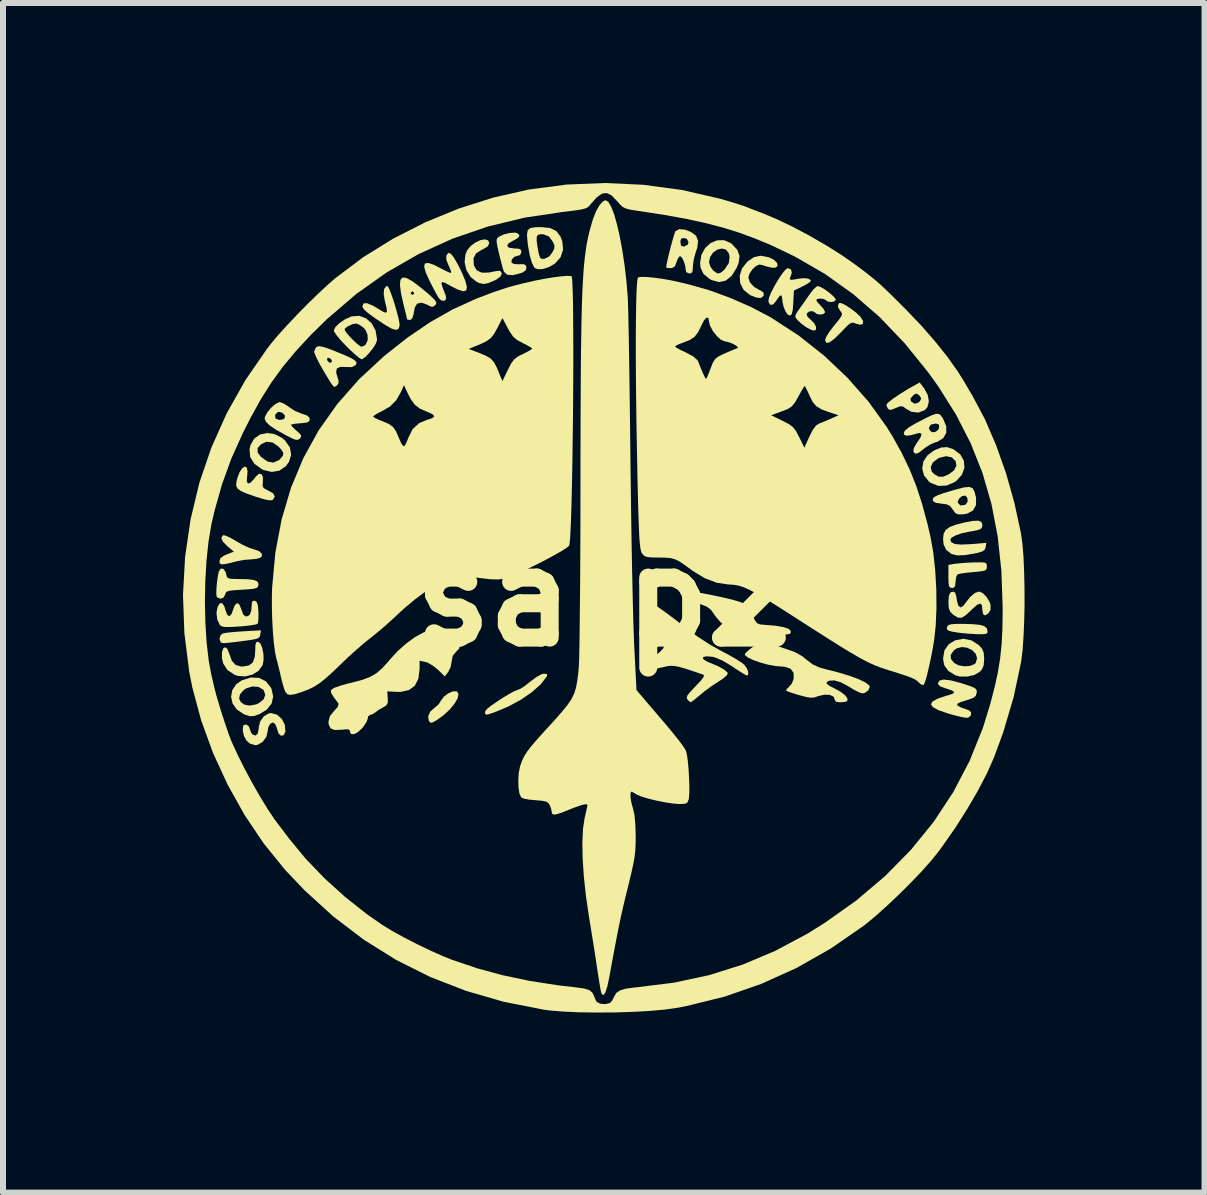
<source format=kicad_pcb>
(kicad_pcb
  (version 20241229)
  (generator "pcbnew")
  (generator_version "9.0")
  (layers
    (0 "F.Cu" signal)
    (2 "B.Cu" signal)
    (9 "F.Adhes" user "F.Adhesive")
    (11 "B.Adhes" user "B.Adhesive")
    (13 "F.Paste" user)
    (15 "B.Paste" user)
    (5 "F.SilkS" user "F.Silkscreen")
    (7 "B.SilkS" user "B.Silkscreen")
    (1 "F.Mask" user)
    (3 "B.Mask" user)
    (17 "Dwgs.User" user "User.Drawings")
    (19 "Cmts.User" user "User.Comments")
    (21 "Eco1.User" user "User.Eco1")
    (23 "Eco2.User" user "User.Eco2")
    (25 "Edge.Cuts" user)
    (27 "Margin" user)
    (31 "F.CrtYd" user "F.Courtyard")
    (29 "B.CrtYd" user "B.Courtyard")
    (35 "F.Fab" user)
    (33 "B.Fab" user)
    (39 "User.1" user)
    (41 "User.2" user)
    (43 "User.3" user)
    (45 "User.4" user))
  (footprint "sarp2"
    (layer "F.Cu")
    (at 7.04 6.898)
    (property "Reference" "sarp2" (at 0 0 0) (layer "F.SilkS") (effects (font (size 1.5 1.5) (thickness 0.3))))
    (attr board_only exclude_from_pos_files exclude_from_bom)
    (fp_poly (pts (xy -5.752 0.628) (xy -5.761 0.663) (xy -5.785 0.687) (xy -5.835 0.704) (xy -5.923 0.72) (xy -6.03 0.734) (xy -6.181 0.754) (xy -6.283 0.765) (xy -6.347 0.77) (xy -6.384 0.769) (xy -6.404 0.761) (xy -6.412 0.754) (xy -6.432 0.699) (xy -6.414 0.639) (xy -6.38 0.611) (xy -6.329 0.6) (xy -6.234 0.589) (xy -6.111 0.579) (xy -6.035 0.574) (xy -5.742 0.557)) (stroke (width 0) (type solid)) (fill yes) (layer "F.SilkS"))
    (fp_poly (pts (xy 6.127 0.455) (xy 6.242 0.467) (xy 6.315 0.488) (xy 6.354 0.521) (xy 6.367 0.56) (xy 6.368 0.596) (xy 6.348 0.616) (xy 6.294 0.622) (xy 6.203 0.622) (xy 6.071 0.615) (xy 5.931 0.602) (xy 5.872 0.595) (xy 5.766 0.577) (xy 5.709 0.558) (xy 5.689 0.533) (xy 5.697 0.493) (xy 5.698 0.493) (xy 5.719 0.469) (xy 5.768 0.456) (xy 5.855 0.45) (xy 5.962 0.45)) (stroke (width 0) (type solid)) (fill yes) (layer "F.SilkS"))
    (fp_poly (pts (xy -2.472 1.578) (xy -2.448 1.623) (xy -2.464 1.694) (xy -2.516 1.782) (xy -2.595 1.878) (xy -2.696 1.971) (xy -2.811 2.054) (xy -2.826 2.063) (xy -2.887 2.096) (xy -2.919 2.097) (xy -2.942 2.066) (xy -2.943 2.065) (xy -2.954 1.99) (xy -2.919 1.912) (xy -2.848 1.848) (xy -2.842 1.845) (xy -2.779 1.79) (xy -2.74 1.728) (xy -2.693 1.664) (xy -2.621 1.609) (xy -2.543 1.575) (xy -2.48 1.574)) (stroke (width 0) (type solid)) (fill yes) (layer "F.SilkS"))
    (fp_poly (pts (xy -0.974 1.287) (xy -0.972 1.315) (xy -0.981 1.333) (xy -1.08 1.459) (xy -1.226 1.589) (xy -1.407 1.713) (xy -1.613 1.825) (xy -1.831 1.917) (xy -1.873 1.932) (xy -1.947 1.956) (xy -1.982 1.963) (xy -1.998 1.954) (xy -2.008 1.94) (xy -2.001 1.902) (xy -1.972 1.867) (xy -1.905 1.814) (xy -1.812 1.749) (xy -1.708 1.681) (xy -1.606 1.62) (xy -1.521 1.573) (xy -1.466 1.55) (xy -1.459 1.548) (xy -1.413 1.53) (xy -1.339 1.482) (xy -1.254 1.414) (xy -1.153 1.338) (xy -1.068 1.291) (xy -1.024 1.28)) (stroke (width 0) (type solid)) (fill yes) (layer "F.SilkS"))
    (fp_poly (pts (xy -6.333 -1.022) (xy -6.261 -0.99) (xy -6.168 -0.938) (xy -6.156 -0.93) (xy -6.046 -0.868) (xy -5.938 -0.818) (xy -5.857 -0.792) (xy -5.773 -0.763) (xy -5.727 -0.721) (xy -5.726 -0.677) (xy -5.75 -0.653) (xy -5.806 -0.635) (xy -5.89 -0.626) (xy -5.911 -0.625) (xy -6.023 -0.616) (xy -6.139 -0.595) (xy -6.149 -0.592) (xy -6.279 -0.559) (xy -6.361 -0.543) (xy -6.407 -0.543) (xy -6.428 -0.561) (xy -6.432 -0.595) (xy -6.415 -0.646) (xy -6.355 -0.689) (xy -6.312 -0.707) (xy -6.192 -0.754) (xy -6.297 -0.841) (xy -6.376 -0.921) (xy -6.401 -0.984) (xy -6.372 -1.028)) (stroke (width 0) (type solid)) (fill yes) (layer "F.SilkS"))
    (fp_poly (pts (xy 6.314 -0.573) (xy 6.346 -0.56) (xy 6.357 -0.534) (xy 6.357 -0.506) (xy 6.354 -0.468) (xy 6.335 -0.445) (xy 6.289 -0.43) (xy 6.204 -0.42) (xy 6.13 -0.413) (xy 6.017 -0.402) (xy 5.925 -0.389) (xy 5.873 -0.376) (xy 5.869 -0.374) (xy 5.847 -0.333) (xy 5.836 -0.26) (xy 5.836 -0.251) (xy 5.829 -0.18) (xy 5.803 -0.152) (xy 5.777 -0.149) (xy 5.744 -0.155) (xy 5.726 -0.182) (xy 5.719 -0.243) (xy 5.717 -0.341) (xy 5.717 -0.533) (xy 5.814 -0.55) (xy 5.893 -0.559) (xy 6.006 -0.568) (xy 6.131 -0.574) (xy 6.134 -0.574) (xy 6.248 -0.576)) (stroke (width 0) (type solid)) (fill yes) (layer "F.SilkS"))
    (fp_poly (pts (xy -5.784 0.75) (xy -5.746 0.784) (xy -5.717 0.859) (xy -5.699 0.956) (xy -5.697 1.055) (xy -5.713 1.137) (xy -5.778 1.23) (xy -5.881 1.295) (xy -6.004 1.326) (xy -6.13 1.316) (xy -6.179 1.299) (xy -6.3 1.219) (xy -6.371 1.108) (xy -6.391 1.022) (xy -6.391 0.923) (xy -6.371 0.86) (xy -6.338 0.839) (xy -6.302 0.865) (xy -6.27 0.944) (xy -6.269 0.945) (xy -6.226 1.065) (xy -6.163 1.134) (xy -6.073 1.161) (xy -6.049 1.161) (xy -5.944 1.145) (xy -5.877 1.093) (xy -5.843 0.998) (xy -5.836 0.896) (xy -5.833 0.805) (xy -5.822 0.76) (xy -5.797 0.748)) (stroke (width 0) (type solid)) (fill yes) (layer "F.SilkS"))
    (fp_poly (pts (xy -3.613 -5.155) (xy -3.583 -5.084) (xy -3.546 -4.983) (xy -3.509 -4.866) (xy -3.475 -4.747) (xy -3.447 -4.639) (xy -3.432 -4.556) (xy -3.43 -4.519) (xy -3.449 -4.466) (xy -3.49 -4.45) (xy -3.561 -4.47) (xy -3.666 -4.529) (xy -3.731 -4.572) (xy -3.868 -4.665) (xy -3.96 -4.734) (xy -4.017 -4.784) (xy -4.044 -4.821) (xy -4.05 -4.846) (xy -4.03 -4.892) (xy -3.97 -4.894) (xy -3.873 -4.853) (xy -3.8 -4.81) (xy -3.71 -4.755) (xy -3.658 -4.735) (xy -3.64 -4.758) (xy -3.65 -4.827) (xy -3.675 -4.928) (xy -3.695 -5.044) (xy -3.688 -5.13) (xy -3.655 -5.176) (xy -3.634 -5.181)) (stroke (width 0) (type solid)) (fill yes) (layer "F.SilkS"))
    (fp_poly (pts (xy 3.941 -4.893) (xy 4.01 -4.857) (xy 4.095 -4.801) (xy 4.181 -4.735) (xy 4.249 -4.67) (xy 4.295 -4.6) (xy 4.292 -4.551) (xy 4.247 -4.534) (xy 4.179 -4.553) (xy 4.136 -4.569) (xy 4.1 -4.568) (xy 4.058 -4.542) (xy 3.998 -4.485) (xy 3.926 -4.409) (xy 3.816 -4.301) (xy 3.735 -4.242) (xy 3.684 -4.233) (xy 3.663 -4.274) (xy 3.663 -4.285) (xy 3.681 -4.334) (xy 3.729 -4.412) (xy 3.798 -4.504) (xy 3.815 -4.525) (xy 3.89 -4.617) (xy 3.931 -4.676) (xy 3.944 -4.714) (xy 3.933 -4.743) (xy 3.919 -4.76) (xy 3.876 -4.831) (xy 3.884 -4.884) (xy 3.901 -4.898)) (stroke (width 0) (type solid)) (fill yes) (layer "F.SilkS"))
    (fp_poly (pts (xy -5.976 -2.154) (xy -5.964 -2.09) (xy -5.97 -2.025) (xy -5.977 -1.93) (xy -5.959 -1.889) (xy -5.917 -1.901) (xy -5.855 -1.966) (xy -5.825 -2.007) (xy -5.774 -2.052) (xy -5.731 -2.045) (xy -5.707 -1.994) (xy -5.708 -1.922) (xy -5.714 -1.852) (xy -5.695 -1.812) (xy -5.635 -1.779) (xy -5.617 -1.771) (xy -5.535 -1.723) (xy -5.51 -1.671) (xy -5.543 -1.618) (xy -5.546 -1.615) (xy -5.592 -1.608) (xy -5.684 -1.625) (xy -5.824 -1.668) (xy -5.835 -1.672) (xy -5.981 -1.723) (xy -6.078 -1.766) (xy -6.133 -1.808) (xy -6.154 -1.856) (xy -6.149 -1.92) (xy -6.135 -1.978) (xy -6.095 -2.082) (xy -6.05 -2.147) (xy -6.007 -2.172)) (stroke (width 0) (type solid)) (fill yes) (layer "F.SilkS"))
    (fp_poly (pts (xy -1.954 -5.942) (xy -1.936 -5.896) (xy -1.959 -5.844) (xy -2.033 -5.797) (xy -2.055 -5.788) (xy -2.154 -5.727) (xy -2.199 -5.642) (xy -2.192 -5.529) (xy -2.191 -5.523) (xy -2.144 -5.442) (xy -2.058 -5.403) (xy -1.936 -5.406) (xy -1.902 -5.414) (xy -1.819 -5.43) (xy -1.762 -5.434) (xy -1.751 -5.431) (xy -1.725 -5.39) (xy -1.75 -5.339) (xy -1.821 -5.286) (xy -1.854 -5.27) (xy -1.958 -5.228) (xy -2.033 -5.215) (xy -2.101 -5.23) (xy -2.143 -5.249) (xy -2.247 -5.332) (xy -2.317 -5.448) (xy -2.347 -5.58) (xy -2.332 -5.711) (xy -2.304 -5.776) (xy -2.243 -5.85) (xy -2.164 -5.908) (xy -2.081 -5.946) (xy -2.007 -5.958)) (stroke (width 0) (type solid)) (fill yes) (layer "F.SilkS"))
    (fp_poly (pts (xy -6.37 -0.469) (xy -6.334 -0.422) (xy -6.323 -0.387) (xy -6.311 -0.339) (xy -6.289 -0.313) (xy -6.243 -0.301) (xy -6.158 -0.298) (xy -6.108 -0.297) (xy -5.958 -0.294) (xy -5.858 -0.281) (xy -5.802 -0.258) (xy -5.782 -0.221) (xy -5.783 -0.197) (xy -5.792 -0.167) (xy -5.817 -0.147) (xy -5.87 -0.134) (xy -5.963 -0.125) (xy -6.06 -0.119) (xy -6.187 -0.111) (xy -6.267 -0.102) (xy -6.311 -0.087) (xy -6.331 -0.065) (xy -6.337 -0.037) (xy -6.367 0.014) (xy -6.421 0.031) (xy -6.471 0.007) (xy -6.478 -0.002) (xy -6.485 -0.047) (xy -6.483 -0.13) (xy -6.475 -0.233) (xy -6.461 -0.335) (xy -6.445 -0.418) (xy -6.443 -0.424) (xy -6.412 -0.471)) (stroke (width 0) (type solid)) (fill yes) (layer "F.SilkS"))
    (fp_poly (pts (xy -5.516 -2.714) (xy -5.395 -2.653) (xy -5.34 -2.606) (xy -5.259 -2.492) (xy -5.237 -2.371) (xy -5.272 -2.252) (xy -5.327 -2.177) (xy -5.433 -2.104) (xy -5.56 -2.082) (xy -5.695 -2.113) (xy -5.725 -2.128) (xy -5.85 -2.218) (xy -5.919 -2.327) (xy -5.931 -2.455) (xy -5.926 -2.479) (xy -5.797 -2.479) (xy -5.795 -2.405) (xy -5.74 -2.332) (xy -5.632 -2.256) (xy -5.535 -2.238) (xy -5.445 -2.277) (xy -5.425 -2.294) (xy -5.375 -2.351) (xy -5.367 -2.4) (xy -5.404 -2.458) (xy -5.447 -2.504) (xy -5.547 -2.574) (xy -5.648 -2.585) (xy -5.74 -2.544) (xy -5.797 -2.479) (xy -5.926 -2.479) (xy -5.914 -2.532) (xy -5.853 -2.638) (xy -5.758 -2.705) (xy -5.641 -2.731)) (stroke (width 0) (type solid)) (fill yes) (layer "F.SilkS"))
    (fp_poly (pts (xy 2.713 -5.662) (xy 2.736 -5.655) (xy 2.814 -5.614) (xy 2.861 -5.565) (xy 2.871 -5.518) (xy 2.841 -5.489) (xy 2.78 -5.485) (xy 2.7 -5.503) (xy 2.696 -5.504) (xy 2.621 -5.528) (xy 2.567 -5.539) (xy 2.565 -5.539) (xy 2.509 -5.514) (xy 2.448 -5.456) (xy 2.4 -5.384) (xy 2.382 -5.322) (xy 2.408 -5.243) (xy 2.475 -5.168) (xy 2.566 -5.114) (xy 2.585 -5.108) (xy 2.635 -5.072) (xy 2.64 -5.024) (xy 2.602 -4.987) (xy 2.575 -4.981) (xy 2.512 -4.99) (xy 2.429 -5.022) (xy 2.409 -5.032) (xy 2.304 -5.116) (xy 2.247 -5.227) (xy 2.238 -5.35) (xy 2.277 -5.474) (xy 2.366 -5.586) (xy 2.371 -5.591) (xy 2.478 -5.663) (xy 2.585 -5.686)) (stroke (width 0) (type solid)) (fill yes) (layer "F.SilkS"))
    (fp_poly (pts (xy -5.774 1.35) (xy -5.66 1.406) (xy -5.577 1.509) (xy -5.566 1.53) (xy -5.537 1.659) (xy -5.563 1.777) (xy -5.643 1.879) (xy -5.768 1.955) (xy -5.859 1.986) (xy -5.929 1.989) (xy -6.013 1.961) (xy -6.03 1.953) (xy -6.144 1.877) (xy -6.214 1.776) (xy -6.232 1.695) (xy -6.105 1.695) (xy -6.076 1.755) (xy -6.015 1.797) (xy -5.928 1.812) (xy -5.825 1.793) (xy -5.777 1.772) (xy -5.697 1.709) (xy -5.668 1.634) (xy -5.694 1.559) (xy -5.704 1.546) (xy -5.783 1.5) (xy -5.885 1.493) (xy -5.988 1.526) (xy -6.026 1.551) (xy -6.091 1.625) (xy -6.105 1.695) (xy -6.232 1.695) (xy -6.239 1.664) (xy -6.218 1.552) (xy -6.15 1.453) (xy -6.058 1.39) (xy -5.909 1.344)) (stroke (width 0) (type solid)) (fill yes) (layer "F.SilkS"))
    (fp_poly (pts (xy 2.088 -5.897) (xy 2.109 -5.881) (xy 2.199 -5.784) (xy 2.236 -5.683) (xy 2.221 -5.567) (xy 2.188 -5.484) (xy 2.104 -5.35) (xy 2.004 -5.27) (xy 1.891 -5.247) (xy 1.768 -5.281) (xy 1.736 -5.299) (xy 1.636 -5.382) (xy 1.587 -5.484) (xy 1.578 -5.568) (xy 1.58 -5.579) (xy 1.727 -5.579) (xy 1.748 -5.507) (xy 1.798 -5.438) (xy 1.86 -5.395) (xy 1.886 -5.39) (xy 1.933 -5.41) (xy 1.986 -5.457) (xy 2.058 -5.565) (xy 2.07 -5.675) (xy 2.056 -5.728) (xy 2.009 -5.789) (xy 1.941 -5.806) (xy 1.866 -5.788) (xy 1.796 -5.739) (xy 1.745 -5.665) (xy 1.727 -5.579) (xy 1.58 -5.579) (xy 1.601 -5.704) (xy 1.664 -5.816) (xy 1.754 -5.898) (xy 1.862 -5.943) (xy 1.977 -5.945)) (stroke (width 0) (type solid)) (fill yes) (layer "F.SilkS"))
    (fp_poly (pts (xy 5.795 -2.463) (xy 5.806 -2.457) (xy 5.916 -2.373) (xy 5.975 -2.267) (xy 5.984 -2.151) (xy 5.943 -2.037) (xy 5.851 -1.935) (xy 5.82 -1.913) (xy 5.686 -1.855) (xy 5.55 -1.85) (xy 5.426 -1.898) (xy 5.393 -1.922) (xy 5.31 -2.025) (xy 5.28 -2.14) (xy 5.284 -2.163) (xy 5.422 -2.163) (xy 5.439 -2.088) (xy 5.484 -2.043) (xy 5.557 -2.003) (xy 5.626 -2.002) (xy 5.715 -2.039) (xy 5.718 -2.04) (xy 5.81 -2.108) (xy 5.85 -2.185) (xy 5.837 -2.263) (xy 5.773 -2.325) (xy 5.679 -2.345) (xy 5.569 -2.319) (xy 5.54 -2.305) (xy 5.457 -2.239) (xy 5.422 -2.163) (xy 5.284 -2.163) (xy 5.3 -2.256) (xy 5.369 -2.361) (xy 5.478 -2.441) (xy 5.596 -2.489) (xy 5.695 -2.496)) (stroke (width 0) (type solid)) (fill yes) (layer "F.SilkS"))
    (fp_poly (pts (xy 6.265 -1.25) (xy 6.283 -1.205) (xy 6.283 -1.195) (xy 6.276 -1.155) (xy 6.246 -1.127) (xy 6.182 -1.107) (xy 6.072 -1.088) (xy 6.056 -1.085) (xy 5.942 -1.061) (xy 5.843 -1.027) (xy 5.773 -0.99) (xy 5.747 -0.956) (xy 5.766 -0.909) (xy 5.825 -0.881) (xy 5.93 -0.872) (xy 6.087 -0.879) (xy 6.091 -0.879) (xy 6.348 -0.901) (xy 6.338 -0.83) (xy 6.323 -0.787) (xy 6.282 -0.757) (xy 6.203 -0.733) (xy 6.164 -0.725) (xy 5.994 -0.696) (xy 5.869 -0.691) (xy 5.78 -0.711) (xy 5.762 -0.719) (xy 5.678 -0.786) (xy 5.636 -0.877) (xy 5.628 -0.97) (xy 5.638 -1.054) (xy 5.673 -1.117) (xy 5.742 -1.166) (xy 5.854 -1.207) (xy 5.985 -1.24) (xy 6.124 -1.266) (xy 6.214 -1.27)) (stroke (width 0) (type solid)) (fill yes) (layer "F.SilkS"))
    (fp_poly (pts (xy -5.474 1.963) (xy -5.394 2.033) (xy -5.343 2.131) (xy -5.333 2.241) (xy -5.335 2.253) (xy -5.364 2.307) (xy -5.408 2.314) (xy -5.448 2.276) (xy -5.459 2.242) (xy -5.483 2.165) (xy -5.506 2.116) (xy -5.544 2.093) (xy -5.586 2.115) (xy -5.618 2.171) (xy -5.628 2.233) (xy -5.651 2.333) (xy -5.712 2.416) (xy -5.794 2.465) (xy -5.836 2.472) (xy -5.93 2.443) (xy -5.983 2.393) (xy -6.024 2.317) (xy -6.044 2.231) (xy -6.04 2.159) (xy -6.027 2.136) (xy -5.986 2.127) (xy -5.944 2.156) (xy -5.926 2.203) (xy -5.904 2.265) (xy -5.879 2.295) (xy -5.83 2.311) (xy -5.794 2.275) (xy -5.778 2.192) (xy -5.777 2.17) (xy -5.753 2.074) (xy -5.694 1.992) (xy -5.614 1.943) (xy -5.572 1.936)) (stroke (width 0) (type solid)) (fill yes) (layer "F.SilkS"))
    (fp_poly (pts (xy 5.314 -3.474) (xy 5.373 -3.365) (xy 5.391 -3.257) (xy 5.368 -3.164) (xy 5.324 -3.113) (xy 5.216 -3.071) (xy 5.101 -3.084) (xy 5.019 -3.131) (xy 4.961 -3.171) (xy 4.914 -3.177) (xy 4.849 -3.152) (xy 4.838 -3.147) (xy 4.769 -3.119) (xy 4.729 -3.12) (xy 4.705 -3.142) (xy 4.684 -3.192) (xy 4.689 -3.214) (xy 4.729 -3.253) (xy 4.793 -3.302) (xy 5.083 -3.302) (xy 5.092 -3.261) (xy 5.096 -3.256) (xy 5.156 -3.218) (xy 5.219 -3.239) (xy 5.242 -3.262) (xy 5.264 -3.306) (xy 5.239 -3.35) (xy 5.232 -3.357) (xy 5.192 -3.388) (xy 5.156 -3.379) (xy 5.123 -3.351) (xy 5.083 -3.302) (xy 4.793 -3.302) (xy 4.807 -3.312) (xy 4.911 -3.382) (xy 5.027 -3.455) (xy 5.099 -3.496) (xy 5.238 -3.573)) (stroke (width 0) (type solid)) (fill yes) (layer "F.SilkS"))
    (fp_poly (pts (xy 6.104 0.726) (xy 6.224 0.804) (xy 6.28 0.867) (xy 6.306 0.934) (xy 6.313 1.032) (xy 6.313 1.034) (xy 6.306 1.137) (xy 6.278 1.205) (xy 6.24 1.249) (xy 6.148 1.302) (xy 6.027 1.329) (xy 5.904 1.327) (xy 5.836 1.308) (xy 5.715 1.234) (xy 5.646 1.136) (xy 5.628 1.029) (xy 5.638 0.967) (xy 5.755 0.967) (xy 5.76 1.036) (xy 5.814 1.102) (xy 5.887 1.141) (xy 5.983 1.157) (xy 6.079 1.15) (xy 6.153 1.12) (xy 6.173 1.099) (xy 6.195 1.02) (xy 6.171 0.947) (xy 6.112 0.887) (xy 6.031 0.848) (xy 5.94 0.836) (xy 5.853 0.859) (xy 5.807 0.893) (xy 5.755 0.967) (xy 5.638 0.967) (xy 5.651 0.891) (xy 5.723 0.789) (xy 5.827 0.725) (xy 5.966 0.698)) (stroke (width 0) (type solid)) (fill yes) (layer "F.SilkS"))
    (fp_poly (pts (xy 6.287 -0.064) (xy 6.351 -0.001) (xy 6.402 0.082) (xy 6.418 0.128) (xy 6.42 0.214) (xy 6.387 0.268) (xy 6.333 0.309) (xy 6.298 0.294) (xy 6.283 0.224) (xy 6.283 0.208) (xy 6.274 0.136) (xy 6.246 0.111) (xy 6.193 0.134) (xy 6.112 0.206) (xy 6.095 0.223) (xy 6.006 0.306) (xy 5.939 0.347) (xy 5.88 0.347) (xy 5.816 0.311) (xy 5.796 0.296) (xy 5.746 0.246) (xy 5.723 0.186) (xy 5.717 0.091) (xy 5.717 0.086) (xy 5.724 -0.015) (xy 5.747 -0.068) (xy 5.763 -0.079) (xy 5.806 -0.087) (xy 5.832 -0.064) (xy 5.85 0.002) (xy 5.858 0.057) (xy 5.881 0.145) (xy 5.918 0.176) (xy 5.966 0.149) (xy 6.005 0.097) (xy 6.079 0.002) (xy 6.158 -0.065) (xy 6.226 -0.089)) (stroke (width 0) (type solid)) (fill yes) (layer "F.SilkS"))
    (fp_poly (pts (xy 6.119 -1.812) (xy 6.152 -1.755) (xy 6.176 -1.658) (xy 6.178 -1.646) (xy 6.176 -1.528) (xy 6.125 -1.439) (xy 6.028 -1.387) (xy 5.963 -1.376) (xy 5.88 -1.375) (xy 5.831 -1.398) (xy 5.789 -1.456) (xy 5.745 -1.514) (xy 5.687 -1.543) (xy 5.6 -1.554) (xy 5.506 -1.568) (xy 5.477 -1.587) (xy 5.872 -1.587) (xy 5.875 -1.568) (xy 5.917 -1.524) (xy 5.983 -1.53) (xy 6.01 -1.545) (xy 6.038 -1.59) (xy 6.034 -1.649) (xy 6.001 -1.687) (xy 5.999 -1.688) (xy 5.945 -1.68) (xy 5.896 -1.639) (xy 5.872 -1.587) (xy 5.477 -1.587) (xy 5.461 -1.597) (xy 5.456 -1.611) (xy 5.459 -1.64) (xy 5.485 -1.666) (xy 5.541 -1.695) (xy 5.637 -1.729) (xy 5.78 -1.772) (xy 5.847 -1.791) (xy 5.979 -1.825) (xy 6.065 -1.833)) (stroke (width 0) (type solid)) (fill yes) (layer "F.SilkS"))
    (fp_poly (pts (xy 3.094 -5.457) (xy 3.107 -5.401) (xy 3.09 -5.35) (xy 3.072 -5.302) (xy 3.087 -5.284) (xy 3.146 -5.289) (xy 3.195 -5.299) (xy 3.296 -5.312) (xy 3.376 -5.305) (xy 3.42 -5.281) (xy 3.424 -5.267) (xy 3.4 -5.24) (xy 3.336 -5.201) (xy 3.283 -5.173) (xy 3.142 -5.106) (xy 3.132 -4.913) (xy 3.123 -4.788) (xy 3.107 -4.716) (xy 3.082 -4.689) (xy 3.046 -4.699) (xy 3.005 -4.75) (xy 2.97 -4.835) (xy 2.95 -4.929) (xy 2.948 -4.96) (xy 2.939 -5.02) (xy 2.912 -5.023) (xy 2.869 -4.97) (xy 2.851 -4.94) (xy 2.8 -4.877) (xy 2.754 -4.865) (xy 2.722 -4.905) (xy 2.717 -4.93) (xy 2.727 -4.987) (xy 2.762 -5.073) (xy 2.815 -5.176) (xy 2.877 -5.282) (xy 2.939 -5.377) (xy 2.995 -5.447) (xy 3.035 -5.478) (xy 3.04 -5.479)) (stroke (width 0) (type solid)) (fill yes) (layer "F.SilkS"))
    (fp_poly (pts (xy -4.722 -4.171) (xy -4.632 -4.143) (xy -4.503 -4.094) (xy -4.346 -4.029) (xy -4.239 -3.98) (xy -4.176 -3.942) (xy -4.149 -3.909) (xy -4.152 -3.879) (xy -4.164 -3.862) (xy -4.225 -3.83) (xy -4.311 -3.831) (xy -4.419 -3.833) (xy -4.476 -3.806) (xy -4.488 -3.745) (xy -4.47 -3.676) (xy -4.447 -3.6) (xy -4.451 -3.554) (xy -4.476 -3.522) (xy -4.507 -3.5) (xy -4.536 -3.512) (xy -4.576 -3.566) (xy -4.592 -3.592) (xy -4.686 -3.747) (xy -4.764 -3.884) (xy -4.795 -3.945) (xy -4.638 -3.945) (xy -4.609 -3.91) (xy -4.584 -3.901) (xy -4.556 -3.923) (xy -4.556 -3.929) (xy -4.576 -3.966) (xy -4.615 -3.986) (xy -4.635 -3.98) (xy -4.638 -3.945) (xy -4.795 -3.945) (xy -4.82 -3.994) (xy -4.85 -4.067) (xy -4.854 -4.087) (xy -4.833 -4.143) (xy -4.812 -4.166) (xy -4.779 -4.178)) (stroke (width 0) (type solid)) (fill yes) (layer "F.SilkS"))
    (fp_poly (pts (xy -5.844 0.065) (xy -5.813 0.084) (xy -5.794 0.133) (xy -5.784 0.227) (xy -5.783 0.25) (xy -5.782 0.349) (xy -5.788 0.422) (xy -5.798 0.45) (xy -5.837 0.462) (xy -5.92 0.476) (xy -6.035 0.488) (xy -6.105 0.494) (xy -6.243 0.502) (xy -6.334 0.502) (xy -6.39 0.493) (xy -6.421 0.474) (xy -6.425 0.47) (xy -6.469 0.378) (xy -6.482 0.263) (xy -6.464 0.169) (xy -6.427 0.108) (xy -6.388 0.104) (xy -6.352 0.156) (xy -6.333 0.218) (xy -6.302 0.3) (xy -6.267 0.323) (xy -6.231 0.287) (xy -6.206 0.216) (xy -6.177 0.14) (xy -6.141 0.105) (xy -6.135 0.104) (xy -6.099 0.131) (xy -6.069 0.203) (xy -6.065 0.216) (xy -6.034 0.298) (xy -5.991 0.327) (xy -5.985 0.328) (xy -5.931 0.304) (xy -5.902 0.232) (xy -5.896 0.144) (xy -5.888 0.081) (xy -5.858 0.063)) (stroke (width 0) (type solid)) (fill yes) (layer "F.SilkS"))
    (fp_poly (pts (xy -3.318 -5.316) (xy -3.226 -5.266) (xy -3.195 -5.244) (xy -3.086 -5.162) (xy -2.975 -5.071) (xy -2.917 -5.02) (xy -2.848 -4.953) (xy -2.819 -4.911) (xy -2.822 -4.88) (xy -2.838 -4.861) (xy -2.874 -4.835) (xy -2.916 -4.841) (xy -2.975 -4.872) (xy -3.066 -4.904) (xy -3.137 -4.887) (xy -3.177 -4.823) (xy -3.18 -4.806) (xy -3.2 -4.698) (xy -3.222 -4.638) (xy -3.252 -4.616) (xy -3.261 -4.615) (xy -3.301 -4.622) (xy -3.305 -4.627) (xy -3.312 -4.659) (xy -3.33 -4.734) (xy -3.356 -4.838) (xy -3.364 -4.872) (xy -3.407 -5.061) (xy -3.407 -5.062) (xy -3.246 -5.062) (xy -3.223 -5.033) (xy -3.216 -5.032) (xy -3.187 -5.055) (xy -3.186 -5.062) (xy -3.209 -5.091) (xy -3.216 -5.092) (xy -3.245 -5.069) (xy -3.246 -5.062) (xy -3.407 -5.062) (xy -3.424 -5.198) (xy -3.416 -5.284) (xy -3.381 -5.323)) (stroke (width 0) (type solid)) (fill yes) (layer "F.SilkS"))
    (fp_poly (pts (xy -0.922 -6.148) (xy -0.818 -6.097) (xy -0.748 -6.004) (xy -0.719 -5.929) (xy -0.705 -5.788) (xy -0.747 -5.66) (xy -0.843 -5.554) (xy -0.854 -5.546) (xy -0.948 -5.494) (xy -1.047 -5.464) (xy -1.131 -5.461) (xy -1.182 -5.484) (xy -1.225 -5.569) (xy -1.263 -5.701) (xy -1.292 -5.868) (xy -1.298 -5.921) (xy -1.3 -5.944) (xy -1.146 -5.944) (xy -1.132 -5.836) (xy -1.127 -5.809) (xy -1.108 -5.709) (xy -1.089 -5.654) (xy -1.063 -5.634) (xy -1.022 -5.633) (xy -1.018 -5.634) (xy -0.938 -5.672) (xy -0.886 -5.738) (xy -0.851 -5.807) (xy -0.849 -5.858) (xy -0.876 -5.92) (xy -0.941 -6.006) (xy -1.029 -6.042) (xy -1.073 -6.045) (xy -1.119 -6.037) (xy -1.143 -6.007) (xy -1.146 -5.944) (xy -1.3 -5.944) (xy -1.307 -6.038) (xy -1.295 -6.109) (xy -1.251 -6.147) (xy -1.167 -6.161) (xy -1.069 -6.163)) (stroke (width 0) (type solid)) (fill yes) (layer "F.SilkS"))
    (fp_poly (pts (xy -2.586 -5.724) (xy -2.563 -5.704) (xy -2.526 -5.656) (xy -2.475 -5.569) (xy -2.418 -5.46) (xy -2.398 -5.418) (xy -2.335 -5.269) (xy -2.308 -5.166) (xy -2.319 -5.108) (xy -2.369 -5.093) (xy -2.458 -5.121) (xy -2.58 -5.183) (xy -2.673 -5.234) (xy -2.722 -5.248) (xy -2.733 -5.222) (xy -2.712 -5.153) (xy -2.695 -5.111) (xy -2.661 -5.021) (xy -2.654 -4.97) (xy -2.673 -4.942) (xy -2.693 -4.933) (xy -2.739 -4.943) (xy -2.778 -4.982) (xy -2.812 -5.04) (xy -2.862 -5.133) (xy -2.919 -5.243) (xy -2.931 -5.267) (xy -2.995 -5.408) (xy -3.021 -5.505) (xy -3.007 -5.557) (xy -2.953 -5.566) (xy -2.857 -5.534) (xy -2.746 -5.477) (xy -2.66 -5.432) (xy -2.596 -5.404) (xy -2.571 -5.4) (xy -2.574 -5.432) (xy -2.6 -5.497) (xy -2.616 -5.529) (xy -2.652 -5.619) (xy -2.652 -5.681) (xy -2.645 -5.698) (xy -2.618 -5.734)) (stroke (width 0) (type solid)) (fill yes) (layer "F.SilkS"))
    (fp_poly (pts (xy 5.746 1.39) (xy 5.9 1.429) (xy 5.946 1.443) (xy 6.066 1.482) (xy 6.139 1.511) (xy 6.177 1.537) (xy 6.19 1.566) (xy 6.188 1.599) (xy 6.173 1.649) (xy 6.132 1.683) (xy 6.05 1.713) (xy 6.03 1.719) (xy 5.92 1.754) (xy 5.865 1.782) (xy 5.866 1.81) (xy 5.923 1.842) (xy 6.036 1.882) (xy 6.054 1.888) (xy 6.095 1.923) (xy 6.093 1.972) (xy 6.056 2.009) (xy 6.03 2.016) (xy 5.976 2.01) (xy 5.882 1.99) (xy 5.764 1.959) (xy 5.703 1.941) (xy 5.551 1.888) (xy 5.459 1.838) (xy 5.426 1.79) (xy 5.452 1.743) (xy 5.538 1.696) (xy 5.683 1.647) (xy 5.714 1.639) (xy 5.791 1.613) (xy 5.814 1.588) (xy 5.782 1.562) (xy 5.693 1.531) (xy 5.663 1.522) (xy 5.579 1.491) (xy 5.545 1.456) (xy 5.544 1.435) (xy 5.572 1.393) (xy 5.638 1.378)) (stroke (width 0) (type solid)) (fill yes) (layer "F.SilkS"))
    (fp_poly (pts (xy -1.474 -6.064) (xy -1.433 -6.031) (xy -1.447 -5.991) (xy -1.515 -5.947) (xy -1.534 -5.939) (xy -1.614 -5.893) (xy -1.638 -5.85) (xy -1.607 -5.819) (xy -1.522 -5.807) (xy -1.519 -5.807) (xy -1.441 -5.802) (xy -1.406 -5.781) (xy -1.4 -5.747) (xy -1.421 -5.697) (xy -1.455 -5.687) (xy -1.517 -5.668) (xy -1.56 -5.624) (xy -1.566 -5.575) (xy -1.563 -5.568) (xy -1.522 -5.548) (xy -1.449 -5.543) (xy -1.434 -5.544) (xy -1.359 -5.545) (xy -1.326 -5.524) (xy -1.316 -5.493) (xy -1.327 -5.443) (xy -1.382 -5.406) (xy -1.408 -5.396) (xy -1.541 -5.362) (xy -1.636 -5.369) (xy -1.69 -5.418) (xy -1.694 -5.427) (xy -1.713 -5.487) (xy -1.739 -5.586) (xy -1.769 -5.705) (xy -1.774 -5.728) (xy -1.801 -5.844) (xy -1.813 -5.917) (xy -1.811 -5.959) (xy -1.796 -5.985) (xy -1.773 -6.003) (xy -1.695 -6.041) (xy -1.596 -6.065) (xy -1.507 -6.071)) (stroke (width 0) (type solid)) (fill yes) (layer "F.SilkS"))
    (fp_poly (pts (xy -3.988 -4.642) (xy -3.895 -4.558) (xy -3.831 -4.441) (xy -3.807 -4.301) (xy -3.808 -4.271) (xy -3.829 -4.215) (xy -3.877 -4.139) (xy -3.94 -4.061) (xy -4.003 -3.996) (xy -4.053 -3.962) (xy -4.063 -3.96) (xy -4.099 -3.98) (xy -4.165 -4.034) (xy -4.251 -4.112) (xy -4.313 -4.173) (xy -4.403 -4.268) (xy -4.475 -4.353) (xy -4.518 -4.416) (xy -4.526 -4.439) (xy -4.519 -4.455) (xy -4.347 -4.455) (xy -4.327 -4.417) (xy -4.276 -4.355) (xy -4.209 -4.284) (xy -4.141 -4.22) (xy -4.086 -4.178) (xy -4.064 -4.169) (xy -4.017 -4.188) (xy -3.996 -4.205) (xy -3.961 -4.277) (xy -3.964 -4.369) (xy -4.002 -4.455) (xy -4.039 -4.494) (xy -4.104 -4.537) (xy -4.155 -4.556) (xy -4.157 -4.556) (xy -4.22 -4.543) (xy -4.288 -4.512) (xy -4.337 -4.476) (xy -4.347 -4.455) (xy -4.519 -4.455) (xy -4.501 -4.495) (xy -4.437 -4.559) (xy -4.348 -4.621) (xy -4.252 -4.667) (xy -4.228 -4.675) (xy -4.102 -4.684)) (stroke (width 0) (type solid)) (fill yes) (layer "F.SilkS"))
    (fp_poly (pts (xy 5.559 -3.048) (xy 5.592 -3.023) (xy 5.624 -2.976) (xy 5.627 -2.972) (xy 5.681 -2.844) (xy 5.681 -2.733) (xy 5.63 -2.644) (xy 5.53 -2.584) (xy 5.494 -2.574) (xy 5.413 -2.54) (xy 5.326 -2.483) (xy 5.307 -2.467) (xy 5.226 -2.404) (xy 5.173 -2.385) (xy 5.141 -2.408) (xy 5.133 -2.425) (xy 5.139 -2.474) (xy 5.176 -2.544) (xy 5.194 -2.57) (xy 5.253 -2.659) (xy 5.269 -2.714) (xy 5.24 -2.733) (xy 5.204 -2.725) (xy 5.085 -2.693) (xy 5.013 -2.686) (xy 4.978 -2.705) (xy 4.973 -2.73) (xy 4.992 -2.771) (xy 5.053 -2.822) (xy 5.054 -2.823) (xy 5.394 -2.823) (xy 5.402 -2.781) (xy 5.44 -2.745) (xy 5.495 -2.747) (xy 5.544 -2.78) (xy 5.563 -2.821) (xy 5.559 -2.872) (xy 5.515 -2.888) (xy 5.498 -2.888) (xy 5.422 -2.871) (xy 5.394 -2.823) (xy 5.054 -2.823) (xy 5.163 -2.888) (xy 5.204 -2.909) (xy 5.346 -2.983) (xy 5.445 -3.03) (xy 5.513 -3.051)) (stroke (width 0) (type solid)) (fill yes) (layer "F.SilkS"))
    (fp_poly (pts (xy 1.329 -6.12) (xy 1.429 -6.08) (xy 1.512 -6.018) (xy 1.545 -5.931) (xy 1.53 -5.814) (xy 1.506 -5.744) (xy 1.475 -5.635) (xy 1.459 -5.523) (xy 1.459 -5.508) (xy 1.454 -5.431) (xy 1.434 -5.396) (xy 1.4 -5.39) (xy 1.349 -5.411) (xy 1.34 -5.445) (xy 1.33 -5.52) (xy 1.305 -5.598) (xy 1.274 -5.657) (xy 1.244 -5.68) (xy 1.241 -5.679) (xy 1.212 -5.646) (xy 1.185 -5.579) (xy 1.184 -5.574) (xy 1.156 -5.505) (xy 1.108 -5.48) (xy 1.086 -5.479) (xy 1.03 -5.483) (xy 1.012 -5.492) (xy 1.02 -5.542) (xy 1.039 -5.63) (xy 1.065 -5.741) (xy 1.096 -5.859) (xy 1.11 -5.911) (xy 1.251 -5.911) (xy 1.26 -5.854) (xy 1.297 -5.84) (xy 1.318 -5.842) (xy 1.374 -5.871) (xy 1.385 -5.911) (xy 1.36 -5.964) (xy 1.318 -5.98) (xy 1.268 -5.976) (xy 1.251 -5.935) (xy 1.251 -5.911) (xy 1.11 -5.911) (xy 1.126 -5.968) (xy 1.151 -6.052) (xy 1.168 -6.095) (xy 1.169 -6.097) (xy 1.231 -6.129)) (stroke (width 0) (type solid)) (fill yes) (layer "F.SilkS"))
    (fp_poly (pts (xy 3.589 -5.164) (xy 3.661 -5.121) (xy 3.738 -5.064) (xy 3.803 -5.007) (xy 3.839 -4.962) (xy 3.841 -4.953) (xy 3.817 -4.925) (xy 3.763 -4.914) (xy 3.706 -4.922) (xy 3.677 -4.943) (xy 3.641 -4.964) (xy 3.583 -4.972) (xy 3.532 -4.966) (xy 3.514 -4.948) (xy 3.533 -4.913) (xy 3.582 -4.86) (xy 3.588 -4.854) (xy 3.639 -4.795) (xy 3.662 -4.747) (xy 3.663 -4.744) (xy 3.638 -4.716) (xy 3.584 -4.705) (xy 3.527 -4.714) (xy 3.499 -4.735) (xy 3.453 -4.762) (xy 3.394 -4.756) (xy 3.354 -4.721) (xy 3.366 -4.673) (xy 3.424 -4.616) (xy 3.426 -4.615) (xy 3.481 -4.56) (xy 3.511 -4.501) (xy 3.51 -4.454) (xy 3.476 -4.437) (xy 3.427 -4.452) (xy 3.358 -4.488) (xy 3.35 -4.492) (xy 3.269 -4.551) (xy 3.203 -4.612) (xy 3.171 -4.652) (xy 3.165 -4.686) (xy 3.187 -4.733) (xy 3.235 -4.802) (xy 3.31 -4.908) (xy 3.389 -5.021) (xy 3.412 -5.054) (xy 3.469 -5.126) (xy 3.519 -5.171) (xy 3.539 -5.18)) (stroke (width 0) (type solid)) (fill yes) (layer "F.SilkS"))
    (fp_poly (pts (xy -5.371 -3.227) (xy -5.296 -3.182) (xy -5.273 -3.164) (xy -5.177 -3.101) (xy -5.067 -3.055) (xy -5.052 -3.051) (xy -4.968 -3.021) (xy -4.932 -2.984) (xy -4.928 -2.961) (xy -4.937 -2.926) (xy -4.974 -2.907) (xy -5.051 -2.896) (xy -5.084 -2.894) (xy -5.172 -2.886) (xy -5.229 -2.875) (xy -5.241 -2.867) (xy -5.22 -2.838) (xy -5.168 -2.787) (xy -5.144 -2.766) (xy -5.085 -2.712) (xy -5.068 -2.677) (xy -5.086 -2.645) (xy -5.092 -2.639) (xy -5.121 -2.619) (xy -5.158 -2.617) (xy -5.217 -2.639) (xy -5.312 -2.687) (xy -5.33 -2.697) (xy -5.488 -2.785) (xy -5.594 -2.856) (xy -5.656 -2.916) (xy -5.679 -2.969) (xy -5.675 -3) (xy -5.654 -3.039) (xy -5.503 -3.039) (xy -5.502 -2.985) (xy -5.489 -2.968) (xy -5.437 -2.949) (xy -5.375 -2.958) (xy -5.343 -2.981) (xy -5.343 -3.026) (xy -5.381 -3.066) (xy -5.434 -3.084) (xy -5.459 -3.08) (xy -5.503 -3.039) (xy -5.654 -3.039) (xy -5.635 -3.075) (xy -5.571 -3.152) (xy -5.5 -3.214) (xy -5.437 -3.245) (xy -5.428 -3.246)) (stroke (width 0) (type solid)) (fill yes) (layer "F.SilkS"))
    (fp_poly (pts (xy -2.819 0.556) (xy -2.793 0.578) (xy -2.792 0.636) (xy -2.793 0.644) (xy -2.788 0.708) (xy -2.753 0.748) (xy -2.677 0.768) (xy -2.555 0.774) (xy -2.463 0.786) (xy -2.424 0.818) (xy -2.441 0.867) (xy -2.482 0.907) (xy -2.544 0.981) (xy -2.562 1.073) (xy -2.579 1.168) (xy -2.619 1.251) (xy -2.677 1.325) (xy -2.791 1.214) (xy -2.875 1.146) (xy -2.963 1.096) (xy -3.001 1.084) (xy -3.097 1.065) (xy -3.097 1.201) (xy -3.117 1.363) (xy -3.176 1.481) (xy -3.276 1.554) (xy -3.415 1.584) (xy -3.478 1.583) (xy -3.636 1.575) (xy -3.627 1.687) (xy -3.627 1.765) (xy -3.653 1.81) (xy -3.707 1.843) (xy -3.782 1.885) (xy -3.836 1.926) (xy -3.891 1.96) (xy -3.918 1.965) (xy -3.953 1.99) (xy -3.96 2.024) (xy -3.979 2.081) (xy -4.027 2.155) (xy -4.053 2.188) (xy -4.126 2.255) (xy -4.193 2.289) (xy -4.24 2.286) (xy -4.258 2.244) (xy -4.267 2.215) (xy -4.305 2.206) (xy -4.385 2.213) (xy -4.397 2.214) (xy -4.511 2.219) (xy -4.58 2.192) (xy -4.612 2.127) (xy -4.615 2.078) (xy -4.591 1.986) (xy -4.52 1.9) (xy -4.459 1.832) (xy -4.448 1.785) (xy -4.453 1.773) (xy -4.524 1.676) (xy -4.563 1.615) (xy -4.577 1.577) (xy -4.569 1.552) (xy -4.553 1.535) (xy -4.506 1.511) (xy -4.417 1.48) (xy -4.302 1.447) (xy -4.249 1.435) (xy -4.068 1.388) (xy -3.929 1.337) (xy -3.817 1.273) (xy -3.716 1.186) (xy -3.609 1.066) (xy -3.591 1.044) (xy -3.462 0.903) (xy -3.318 0.776) (xy -3.172 0.67) (xy -3.035 0.594) (xy -2.917 0.556) (xy -2.888 0.554)) (stroke (width 0) (type solid)) (fill yes) (layer "F.SilkS"))
    (fp_poly (pts (xy 0.688 0.056) (xy 0.765 0.097) (xy 0.873 0.167) (xy 1.007 0.261) (xy 1.157 0.373) (xy 1.319 0.499) (xy 1.345 0.52) (xy 1.539 0.664) (xy 1.753 0.802) (xy 1.931 0.901) (xy 2.062 0.97) (xy 2.179 1.037) (xy 2.268 1.094) (xy 2.311 1.128) (xy 2.357 1.19) (xy 2.381 1.252) (xy 2.379 1.298) (xy 2.358 1.31) (xy 2.324 1.294) (xy 2.254 1.252) (xy 2.161 1.191) (xy 2.12 1.163) (xy 1.952 1.061) (xy 1.814 1.005) (xy 1.776 0.997) (xy 1.678 0.991) (xy 1.628 1.005) (xy 1.628 1.035) (xy 1.682 1.072) (xy 1.717 1.088) (xy 1.877 1.155) (xy 1.983 1.214) (xy 2.035 1.262) (xy 2.04 1.278) (xy 2.016 1.315) (xy 1.954 1.367) (xy 1.891 1.408) (xy 1.784 1.477) (xy 1.665 1.564) (xy 1.588 1.626) (xy 1.509 1.692) (xy 1.449 1.739) (xy 1.421 1.757) (xy 1.421 1.757) (xy 1.393 1.737) (xy 1.368 1.711) (xy 1.355 1.682) (xy 1.366 1.645) (xy 1.407 1.591) (xy 1.485 1.508) (xy 1.504 1.488) (xy 1.594 1.393) (xy 1.639 1.331) (xy 1.641 1.301) (xy 1.636 1.298) (xy 1.458 1.237) (xy 1.325 1.194) (xy 1.227 1.166) (xy 1.152 1.152) (xy 1.089 1.149) (xy 1.028 1.156) (xy 0.958 1.172) (xy 0.924 1.18) (xy 0.79 1.208) (xy 0.703 1.213) (xy 0.652 1.192) (xy 0.63 1.14) (xy 0.625 1.073) (xy 0.632 0.998) (xy 0.648 0.956) (xy 0.655 0.953) (xy 0.711 0.958) (xy 0.724 0.979) (xy 0.722 0.986) (xy 0.731 1.012) (xy 0.774 1.007) (xy 0.838 0.973) (xy 0.9 0.925) (xy 0.96 0.865) (xy 0.978 0.823) (xy 0.964 0.783) (xy 0.913 0.744) (xy 0.874 0.739) (xy 0.803 0.752) (xy 0.734 0.765) (xy 0.676 0.773) (xy 0.665 0.756) (xy 0.682 0.72) (xy 0.704 0.645) (xy 0.714 0.537) (xy 0.713 0.418) (xy 0.7 0.309) (xy 0.678 0.233) (xy 0.671 0.222) (xy 0.634 0.149) (xy 0.629 0.082) (xy 0.65 0.048)) (stroke (width 0) (type solid)) (fill yes) (layer "F.SilkS"))
    (fp_poly (pts (xy 1.478 -0.082) (xy 1.597 -0.064) (xy 1.74 -0.037) (xy 1.893 -0.005) (xy 2.04 0.028) (xy 2.167 0.061) (xy 2.258 0.089) (xy 2.286 0.101) (xy 2.366 0.17) (xy 2.44 0.287) (xy 2.448 0.303) (xy 2.492 0.391) (xy 2.529 0.439) (xy 2.576 0.459) (xy 2.651 0.466) (xy 2.653 0.466) (xy 2.833 0.48) (xy 2.97 0.504) (xy 3.058 0.536) (xy 3.091 0.573) (xy 3.083 0.613) (xy 3.031 0.625) (xy 3.022 0.625) (xy 2.945 0.639) (xy 2.864 0.673) (xy 2.798 0.717) (xy 2.769 0.759) (xy 2.769 0.761) (xy 2.796 0.785) (xy 2.866 0.818) (xy 2.967 0.854) (xy 2.997 0.863) (xy 3.155 0.919) (xy 3.275 0.985) (xy 3.35 1.045) (xy 3.454 1.125) (xy 3.57 1.178) (xy 3.666 1.204) (xy 3.878 1.258) (xy 4.064 1.314) (xy 4.216 1.37) (xy 4.328 1.423) (xy 4.393 1.471) (xy 4.407 1.499) (xy 4.381 1.56) (xy 4.32 1.602) (xy 4.282 1.608) (xy 4.23 1.592) (xy 4.148 1.551) (xy 4.063 1.499) (xy 3.93 1.426) (xy 3.814 1.392) (xy 3.724 1.398) (xy 3.689 1.421) (xy 3.689 1.449) (xy 3.741 1.487) (xy 3.821 1.527) (xy 3.927 1.586) (xy 4.002 1.647) (xy 4.037 1.702) (xy 4.029 1.738) (xy 3.989 1.751) (xy 3.917 1.757) (xy 3.914 1.757) (xy 3.845 1.748) (xy 3.822 1.718) (xy 3.822 1.708) (xy 3.801 1.661) (xy 3.739 1.634) (xy 3.651 1.63) (xy 3.554 1.652) (xy 3.547 1.654) (xy 3.484 1.676) (xy 3.426 1.681) (xy 3.352 1.67) (xy 3.242 1.641) (xy 3.234 1.639) (xy 3.131 1.608) (xy 3.052 1.581) (xy 3.014 1.564) (xy 3.013 1.564) (xy 3.021 1.537) (xy 3.057 1.504) (xy 3.107 1.445) (xy 3.138 1.366) (xy 3.136 1.265) (xy 3.086 1.197) (xy 2.988 1.164) (xy 2.936 1.161) (xy 2.827 1.152) (xy 2.703 1.128) (xy 2.578 1.093) (xy 2.464 1.053) (xy 2.376 1.011) (xy 2.328 0.972) (xy 2.323 0.958) (xy 2.344 0.927) (xy 2.399 0.879) (xy 2.418 0.863) (xy 2.514 0.793) (xy 2.426 0.755) (xy 2.33 0.727) (xy 2.246 0.716) (xy 2.152 0.7) (xy 2.085 0.66) (xy 2.06 0.607) (xy 2.064 0.584) (xy 2.059 0.537) (xy 2.003 0.487) (xy 1.987 0.477) (xy 1.912 0.415) (xy 1.838 0.328) (xy 1.816 0.295) (xy 1.758 0.214) (xy 1.69 0.163) (xy 1.587 0.123) (xy 1.586 0.123) (xy 1.47 0.079) (xy 1.382 0.03) (xy 1.328 -0.017) (xy 1.313 -0.057) (xy 1.343 -0.083) (xy 1.398 -0.089)) (stroke (width 0) (type solid)) (fill yes) (layer "F.SilkS"))
    (fp_poly (pts (xy -0.577 -5.348) (xy -0.564 -5.344) (xy -0.556 -5.31) (xy -0.55 -5.222) (xy -0.545 -5.086) (xy -0.54 -4.907) (xy -0.538 -4.692) (xy -0.536 -4.445) (xy -0.535 -4.173) (xy -0.535 -3.88) (xy -0.536 -3.574) (xy -0.538 -3.259) (xy -0.541 -2.941) (xy -0.545 -2.626) (xy -0.549 -2.32) (xy -0.554 -2.028) (xy -0.56 -1.755) (xy -0.566 -1.508) (xy -0.573 -1.292) (xy -0.581 -1.113) (xy -0.588 -0.976) (xy -0.597 -0.888) (xy -0.604 -0.854) (xy -0.646 -0.818) (xy -0.732 -0.763) (xy -0.851 -0.695) (xy -0.992 -0.619) (xy -1.145 -0.541) (xy -1.3 -0.465) (xy -1.445 -0.398) (xy -1.57 -0.344) (xy -1.665 -0.309) (xy -1.692 -0.302) (xy -1.791 -0.29) (xy -1.92 -0.294) (xy -2.092 -0.314) (xy -2.12 -0.318) (xy -2.277 -0.339) (xy -2.393 -0.346) (xy -2.484 -0.342) (xy -2.556 -0.328) (xy -2.68 -0.281) (xy -2.833 -0.198) (xy -3.004 -0.085) (xy -3.182 0.048) (xy -3.356 0.194) (xy -3.438 0.27) (xy -3.566 0.389) (xy -3.706 0.513) (xy -3.839 0.624) (xy -3.906 0.677) (xy -4.018 0.767) (xy -4.153 0.884) (xy -4.293 1.01) (xy -4.397 1.11) (xy -4.546 1.253) (xy -4.664 1.359) (xy -4.763 1.438) (xy -4.852 1.496) (xy -4.942 1.54) (xy -5.04 1.578) (xy -5.165 1.619) (xy -5.249 1.634) (xy -5.301 1.623) (xy -5.334 1.583) (xy -5.351 1.541) (xy -5.377 1.455) (xy -5.406 1.343) (xy -5.42 1.28) (xy -5.446 1.171) (xy -5.471 1.072) (xy -5.483 1.03) (xy -5.506 0.922) (xy -5.526 0.768) (xy -5.542 0.581) (xy -5.553 0.376) (xy -5.559 0.165) (xy -5.558 -0.037) (xy -5.555 -0.149) (xy -5.501 -0.736) (xy -5.396 -1.292) (xy -5.241 -1.816) (xy -5.035 -2.311) (xy -4.778 -2.777) (xy -4.616 -3.005) (xy -3.871 -3.005) (xy -3.845 -2.984) (xy -3.78 -2.953) (xy -3.721 -2.93) (xy -3.612 -2.884) (xy -3.54 -2.833) (xy -3.488 -2.757) (xy -3.439 -2.642) (xy -3.404 -2.563) (xy -3.371 -2.516) (xy -3.357 -2.509) (xy -3.331 -2.541) (xy -3.3 -2.61) (xy -3.285 -2.651) (xy -3.213 -2.796) (xy -3.103 -2.896) (xy -2.979 -2.948) (xy -2.885 -2.979) (xy -2.851 -3.009) (xy -2.876 -3.042) (xy -2.959 -3.08) (xy -2.97 -3.084) (xy -3.091 -3.137) (xy -3.176 -3.202) (xy -3.244 -3.295) (xy -3.289 -3.383) (xy -3.358 -3.529) (xy -3.403 -3.424) (xy -3.485 -3.278) (xy -3.59 -3.173) (xy -3.719 -3.098) (xy -3.802 -3.056) (xy -3.857 -3.021) (xy -3.871 -3.005) (xy -4.616 -3.005) (xy -4.468 -3.215) (xy -4.105 -3.627) (xy -3.69 -4.012) (xy -3.676 -4.023) (xy -3.537 -4.133) (xy -2.278 -4.133) (xy -2.111 -4.069) (xy -1.991 -4.019) (xy -1.911 -3.971) (xy -1.856 -3.91) (xy -1.809 -3.82) (xy -1.785 -3.762) (xy -1.717 -3.595) (xy -1.625 -3.785) (xy -1.571 -3.89) (xy -1.521 -3.958) (xy -1.46 -4.005) (xy -1.377 -4.047) (xy -1.293 -4.089) (xy -1.236 -4.123) (xy -1.221 -4.138) (xy -1.246 -4.16) (xy -1.31 -4.197) (xy -1.377 -4.23) (xy -1.472 -4.281) (xy -1.539 -4.339) (xy -1.597 -4.424) (xy -1.625 -4.475) (xy -1.716 -4.647) (xy -1.804 -4.475) (xy -1.856 -4.381) (xy -1.91 -4.314) (xy -1.98 -4.262) (xy -2.083 -4.212) (xy -2.159 -4.181) (xy -2.278 -4.133) (xy -3.537 -4.133) (xy -3.293 -4.325) (xy -2.92 -4.579) (xy -2.544 -4.792) (xy -2.152 -4.97) (xy -1.89 -5.07) (xy -1.743 -5.12) (xy -1.62 -5.16) (xy -1.501 -5.193) (xy -1.366 -5.227) (xy -1.194 -5.266) (xy -1.191 -5.267) (xy -1.037 -5.298) (xy -0.887 -5.323) (xy -0.751 -5.341) (xy -0.644 -5.35)) (stroke (width 0) (type solid)) (fill yes) (layer "F.SilkS"))
    (fp_poly (pts (xy 0.05 -6.582) (xy 0.098 -6.5) (xy 0.147 -6.373) (xy 0.194 -6.205) (xy 0.24 -6.004) (xy 0.282 -5.777) (xy 0.319 -5.529) (xy 0.35 -5.268) (xy 0.372 -5) (xy 0.373 -4.988) (xy 0.376 -4.911) (xy 0.38 -4.78) (xy 0.384 -4.599) (xy 0.389 -4.375) (xy 0.393 -4.113) (xy 0.398 -3.816) (xy 0.403 -3.492) (xy 0.407 -3.145) (xy 0.412 -2.78) (xy 0.416 -2.402) (xy 0.417 -2.308) (xy 0.422 -1.914) (xy 0.427 -1.521) (xy 0.433 -1.136) (xy 0.439 -0.764) (xy 0.446 -0.413) (xy 0.453 -0.088) (xy 0.46 0.203) (xy 0.467 0.454) (xy 0.474 0.658) (xy 0.48 0.81) (xy 0.48 0.814) (xy 0.518 1.553) (xy 0.802 1.886) (xy 0.965 2.077) (xy 1.093 2.229) (xy 1.189 2.348) (xy 1.26 2.439) (xy 1.309 2.508) (xy 1.34 2.559) (xy 1.357 2.62) (xy 1.372 2.724) (xy 1.385 2.856) (xy 1.394 3.002) (xy 1.399 3.144) (xy 1.399 3.268) (xy 1.392 3.357) (xy 1.388 3.377) (xy 1.368 3.426) (xy 1.329 3.448) (xy 1.252 3.453) (xy 1.243 3.453) (xy 1.134 3.445) (xy 0.999 3.425) (xy 0.853 3.396) (xy 0.715 3.362) (xy 0.6 3.328) (xy 0.526 3.297) (xy 0.523 3.295) (xy 0.465 3.26) (xy 0.433 3.246) (xy 0.418 3.271) (xy 0.419 3.337) (xy 0.432 3.424) (xy 0.456 3.515) (xy 0.461 3.529) (xy 0.484 3.632) (xy 0.499 3.786) (xy 0.505 3.98) (xy 0.505 3.98) (xy 0.504 4.108) (xy 0.499 4.22) (xy 0.487 4.329) (xy 0.466 4.449) (xy 0.434 4.594) (xy 0.39 4.779) (xy 0.374 4.844) (xy 0.332 5.012) (xy 0.296 5.164) (xy 0.263 5.31) (xy 0.231 5.46) (xy 0.198 5.624) (xy 0.162 5.815) (xy 0.119 6.042) (xy 0.069 6.316) (xy 0.065 6.34) (xy 0.033 6.49) (xy 0.001 6.589) (xy -0.029 6.635) (xy -0.056 6.625) (xy -0.071 6.59) (xy -0.082 6.539) (xy -0.098 6.445) (xy -0.118 6.32) (xy -0.135 6.209) (xy -0.156 6.067) (xy -0.184 5.884) (xy -0.217 5.679) (xy -0.251 5.469) (xy -0.274 5.33) (xy -0.324 4.989) (xy -0.359 4.664) (xy -0.379 4.362) (xy -0.384 4.093) (xy -0.373 3.864) (xy -0.346 3.684) (xy -0.345 3.683) (xy -0.322 3.581) (xy -0.305 3.504) (xy -0.298 3.468) (xy -0.298 3.467) (xy -0.322 3.454) (xy -0.395 3.469) (xy -0.518 3.512) (xy -0.596 3.543) (xy -0.729 3.596) (xy -0.817 3.624) (xy -0.868 3.628) (xy -0.89 3.61) (xy -0.893 3.59) (xy -0.905 3.53) (xy -0.926 3.474) (xy -0.951 3.434) (xy -0.989 3.411) (xy -1.056 3.398) (xy -1.164 3.389) (xy -1.272 3.379) (xy -1.357 3.363) (xy -1.401 3.345) (xy -1.431 3.284) (xy -1.448 3.182) (xy -1.452 3.059) (xy -1.444 2.932) (xy -1.421 2.82) (xy -1.417 2.808) (xy -1.388 2.728) (xy -1.353 2.656) (xy -1.306 2.581) (xy -1.24 2.494) (xy -1.147 2.385) (xy -1.021 2.245) (xy -0.994 2.215) (xy -0.839 2.046) (xy -0.72 1.91) (xy -0.631 1.8) (xy -0.566 1.704) (xy -0.522 1.614) (xy -0.492 1.521) (xy -0.471 1.413) (xy -0.454 1.283) (xy -0.445 1.194) (xy -0.441 1.127) (xy -0.437 1.004) (xy -0.433 0.832) (xy -0.43 0.614) (xy -0.427 0.355) (xy -0.424 0.061) (xy -0.421 -0.265) (xy -0.419 -0.616) (xy -0.417 -0.99) (xy -0.416 -1.38) (xy -0.416 -1.757) (xy -0.415 -2.323) (xy -0.414 -2.832) (xy -0.412 -3.29) (xy -0.41 -3.698) (xy -0.407 -4.061) (xy -0.402 -4.383) (xy -0.397 -4.666) (xy -0.39 -4.915) (xy -0.382 -5.133) (xy -0.371 -5.323) (xy -0.36 -5.49) (xy -0.345 -5.636) (xy -0.329 -5.765) (xy -0.311 -5.882) (xy -0.29 -5.988) (xy -0.266 -6.089) (xy -0.239 -6.188) (xy -0.21 -6.287) (xy -0.208 -6.292) (xy -0.158 -6.423) (xy -0.099 -6.527) (xy -0.039 -6.593) (xy 0.005 -6.611)) (stroke (width 0) (type solid)) (fill yes) (layer "F.SilkS"))
    (fp_poly (pts (xy 0.678 -5.332) (xy 0.8 -5.321) (xy 0.938 -5.303) (xy 1.082 -5.278) (xy 1.191 -5.255) (xy 1.267 -5.237) (xy 1.366 -5.213) (xy 1.4 -5.205) (xy 1.731 -5.111) (xy 2.08 -4.983) (xy 2.425 -4.832) (xy 2.742 -4.666) (xy 2.769 -4.65) (xy 3.221 -4.356) (xy 3.646 -4.02) (xy 4.036 -3.65) (xy 4.386 -3.253) (xy 4.686 -2.836) (xy 4.788 -2.671) (xy 4.941 -2.395) (xy 5.07 -2.126) (xy 5.18 -1.851) (xy 5.277 -1.554) (xy 5.367 -1.221) (xy 5.419 -0.998) (xy 5.465 -0.738) (xy 5.497 -0.442) (xy 5.515 -0.126) (xy 5.518 0.188) (xy 5.505 0.483) (xy 5.48 0.715) (xy 5.454 0.87) (xy 5.423 1.029) (xy 5.39 1.179) (xy 5.359 1.31) (xy 5.33 1.408) (xy 5.308 1.462) (xy 5.305 1.466) (xy 5.27 1.465) (xy 5.229 1.433) (xy 5.197 1.401) (xy 5.156 1.374) (xy 5.096 1.346) (xy 5.006 1.313) (xy 4.878 1.271) (xy 4.749 1.231) (xy 4.657 1.202) (xy 4.572 1.173) (xy 4.489 1.14) (xy 4.402 1.102) (xy 4.307 1.053) (xy 4.198 0.993) (xy 4.068 0.917) (xy 3.914 0.823) (xy 3.73 0.707) (xy 3.509 0.567) (xy 3.247 0.399) (xy 3.067 0.283) (xy 2.845 0.141) (xy 2.664 0.029) (xy 2.519 -0.056) (xy 2.401 -0.118) (xy 2.303 -0.161) (xy 2.218 -0.188) (xy 2.139 -0.202) (xy 2.059 -0.207) (xy 2.048 -0.207) (xy 1.857 -0.235) (xy 1.657 -0.311) (xy 1.459 -0.431) (xy 1.45 -0.438) (xy 1.325 -0.529) (xy 1.233 -0.591) (xy 1.157 -0.628) (xy 1.083 -0.647) (xy 0.995 -0.654) (xy 0.895 -0.655) (xy 0.774 -0.657) (xy 0.699 -0.664) (xy 0.653 -0.68) (xy 0.622 -0.709) (xy 0.609 -0.727) (xy 0.597 -0.753) (xy 0.586 -0.795) (xy 0.577 -0.857) (xy 0.569 -0.946) (xy 0.562 -1.067) (xy 0.556 -1.225) (xy 0.549 -1.426) (xy 0.542 -1.675) (xy 0.535 -1.978) (xy 0.535 -1.985) (xy 0.526 -2.432) (xy 0.518 -2.86) (xy 0.516 -3.027) (xy 2.762 -3.027) (xy 2.952 -2.935) (xy 3.056 -2.881) (xy 3.124 -2.831) (xy 3.175 -2.767) (xy 3.226 -2.669) (xy 3.229 -2.665) (xy 3.316 -2.486) (xy 3.401 -2.674) (xy 3.46 -2.79) (xy 3.515 -2.86) (xy 3.567 -2.891) (xy 3.647 -2.922) (xy 3.744 -2.964) (xy 3.767 -2.974) (xy 3.886 -3.027) (xy 3.722 -3.081) (xy 3.598 -3.127) (xy 3.515 -3.178) (xy 3.455 -3.248) (xy 3.402 -3.354) (xy 3.397 -3.367) (xy 3.359 -3.448) (xy 3.331 -3.502) (xy 3.321 -3.514) (xy 3.302 -3.49) (xy 3.264 -3.426) (xy 3.215 -3.337) (xy 3.214 -3.335) (xy 3.158 -3.237) (xy 3.108 -3.176) (xy 3.046 -3.134) (xy 2.951 -3.096) (xy 2.94 -3.092) (xy 2.762 -3.027) (xy 0.516 -3.027) (xy 0.513 -3.266) (xy 0.509 -3.647) (xy 0.507 -3.999) (xy 0.507 -4.173) (xy 1.161 -4.173) (xy 1.186 -4.152) (xy 1.252 -4.116) (xy 1.34 -4.074) (xy 1.464 -4.008) (xy 1.534 -3.945) (xy 1.545 -3.926) (xy 1.593 -3.804) (xy 1.635 -3.707) (xy 1.665 -3.647) (xy 1.677 -3.633) (xy 1.693 -3.658) (xy 1.722 -3.725) (xy 1.753 -3.807) (xy 1.792 -3.906) (xy 1.831 -3.967) (xy 1.889 -4.01) (xy 1.983 -4.055) (xy 1.988 -4.057) (xy 2.085 -4.099) (xy 2.165 -4.132) (xy 2.204 -4.147) (xy 2.206 -4.165) (xy 2.169 -4.194) (xy 2.108 -4.225) (xy 2.042 -4.249) (xy 1.989 -4.259) (xy 1.926 -4.285) (xy 1.855 -4.35) (xy 1.789 -4.435) (xy 1.742 -4.524) (xy 1.727 -4.591) (xy 1.716 -4.649) (xy 1.687 -4.655) (xy 1.646 -4.613) (xy 1.606 -4.535) (xy 1.547 -4.415) (xy 1.487 -4.335) (xy 1.408 -4.282) (xy 1.307 -4.242) (xy 1.224 -4.211) (xy 1.172 -4.184) (xy 1.161 -4.173) (xy 0.507 -4.173) (xy 0.507 -4.317) (xy 0.509 -4.599) (xy 0.512 -4.84) (xy 0.517 -5.037) (xy 0.524 -5.186) (xy 0.533 -5.283) (xy 0.543 -5.324) (xy 0.544 -5.324) (xy 0.589 -5.333)) (stroke (width 0) (type solid)) (fill yes) (layer "F.SilkS"))
    (fp_poly (pts (xy 0.636 -6.868) (xy 1.273 -6.782) (xy 1.891 -6.641) (xy 2.034 -6.6) (xy 2.166 -6.56) (xy 2.271 -6.527) (xy 2.323 -6.509) (xy 2.408 -6.475) (xy 2.521 -6.432) (xy 2.606 -6.4) (xy 2.848 -6.299) (xy 3.12 -6.169) (xy 3.404 -6.018) (xy 3.686 -5.855) (xy 3.949 -5.689) (xy 4.176 -5.53) (xy 4.178 -5.528) (xy 4.302 -5.435) (xy 4.402 -5.358) (xy 4.489 -5.287) (xy 4.572 -5.216) (xy 4.66 -5.134) (xy 4.763 -5.034) (xy 4.892 -4.906) (xy 5.01 -4.788) (xy 5.258 -4.529) (xy 5.49 -4.264) (xy 5.697 -4.005) (xy 5.87 -3.762) (xy 5.967 -3.608) (xy 6.028 -3.504) (xy 6.086 -3.405) (xy 6.116 -3.355) (xy 6.323 -2.966) (xy 6.511 -2.53) (xy 6.678 -2.058) (xy 6.818 -1.561) (xy 6.927 -1.057) (xy 6.95 -0.888) (xy 6.968 -0.672) (xy 6.979 -0.422) (xy 6.985 -0.151) (xy 6.986 0.128) (xy 6.98 0.403) (xy 6.969 0.66) (xy 6.953 0.888) (xy 6.93 1.073) (xy 6.928 1.087) (xy 6.804 1.671) (xy 6.629 2.262) (xy 6.475 2.68) (xy 6.361 2.937) (xy 6.212 3.224) (xy 6.034 3.53) (xy 5.835 3.844) (xy 5.62 4.152) (xy 5.543 4.257) (xy 5.425 4.402) (xy 5.272 4.574) (xy 5.093 4.761) (xy 4.9 4.953) (xy 4.705 5.138) (xy 4.518 5.307) (xy 4.349 5.447) (xy 4.303 5.483) (xy 3.756 5.861) (xy 3.187 6.184) (xy 2.596 6.451) (xy 1.983 6.664) (xy 1.349 6.82) (xy 1.176 6.853) (xy 0.974 6.88) (xy 0.727 6.902) (xy 0.45 6.917) (xy 0.155 6.926) (xy -0.143 6.928) (xy -0.431 6.924) (xy -0.695 6.912) (xy -0.922 6.894) (xy -1.033 6.879) (xy -1.692 6.749) (xy -2.319 6.568) (xy -2.917 6.336) (xy -3.485 6.052) (xy -4.024 5.716) (xy -4.535 5.327) (xy -5.019 4.886) (xy -5.341 4.546) (xy -5.693 4.112) (xy -6.013 3.637) (xy -6.297 3.128) (xy -6.541 2.598) (xy -6.738 2.056) (xy -6.884 1.512) (xy -6.936 1.249) (xy -7.017 0.605) (xy -7.036 0.084) (xy -6.675 0.084) (xy -6.667 0.433) (xy -6.646 0.765) (xy -6.611 1.066) (xy -6.565 1.31) (xy -6.547 1.386) (xy -6.524 1.486) (xy -6.516 1.519) (xy -6.485 1.638) (xy -6.44 1.791) (xy -6.388 1.96) (xy -6.333 2.127) (xy -6.282 2.277) (xy -6.239 2.391) (xy -6.228 2.417) (xy -6.128 2.635) (xy -6.011 2.868) (xy -5.884 3.105) (xy -5.754 3.332) (xy -5.629 3.537) (xy -5.515 3.706) (xy -5.459 3.782) (xy -5.426 3.825) (xy -5.367 3.902) (xy -5.294 3.999) (xy -5.267 4.035) (xy -4.998 4.361) (xy -4.685 4.687) (xy -4.341 4.999) (xy -3.981 5.284) (xy -3.715 5.469) (xy -3.553 5.568) (xy -3.353 5.678) (xy -3.133 5.791) (xy -2.91 5.898) (xy -2.703 5.99) (xy -2.558 6.048) (xy -2.135 6.191) (xy -1.709 6.307) (xy -1.265 6.4) (xy -0.788 6.474) (xy -0.491 6.508) (xy -0.357 6.527) (xy -0.27 6.554) (xy -0.219 6.594) (xy -0.192 6.648) (xy -0.163 6.718) (xy -0.142 6.752) (xy -0.088 6.78) (xy -0.009 6.788) (xy 0.065 6.773) (xy 0.08 6.766) (xy 0.116 6.723) (xy 0.146 6.662) (xy 0.182 6.601) (xy 0.244 6.559) (xy 0.341 6.53) (xy 0.484 6.51) (xy 0.528 6.506) (xy 1.143 6.43) (xy 1.726 6.305) (xy 2.287 6.129) (xy 2.83 5.9) (xy 3.364 5.615) (xy 3.647 5.439) (xy 4.181 5.061) (xy 4.662 4.653) (xy 5.092 4.216) (xy 5.471 3.75) (xy 5.797 3.255) (xy 6.071 2.732) (xy 6.293 2.18) (xy 6.414 1.787) (xy 6.487 1.507) (xy 6.541 1.259) (xy 6.579 1.025) (xy 6.604 0.787) (xy 6.617 0.528) (xy 6.621 0.23) (xy 6.621 0.179) (xy 6.6 -0.435) (xy 6.538 -1.009) (xy 6.434 -1.551) (xy 6.285 -2.065) (xy 6.089 -2.558) (xy 5.845 -3.036) (xy 5.55 -3.505) (xy 5.381 -3.741) (xy 4.987 -4.228) (xy 4.572 -4.662) (xy 4.131 -5.045) (xy 3.661 -5.381) (xy 3.158 -5.672) (xy 2.761 -5.862) (xy 2.491 -5.974) (xy 2.224 -6.072) (xy 1.951 -6.157) (xy 1.66 -6.232) (xy 1.343 -6.301) (xy 0.988 -6.365) (xy 0.584 -6.428) (xy 0.544 -6.433) (xy 0.422 -6.452) (xy 0.342 -6.472) (xy 0.286 -6.5) (xy 0.238 -6.546) (xy 0.192 -6.599) (xy 0.104 -6.69) (xy 0.024 -6.731) (xy -0.056 -6.721) (xy -0.144 -6.659) (xy -0.247 -6.544) (xy -0.26 -6.527) (xy -0.288 -6.498) (xy -0.328 -6.476) (xy -0.391 -6.459) (xy -0.486 -6.443) (xy -0.627 -6.425) (xy -0.7 -6.417) (xy -1.344 -6.321) (xy -1.96 -6.172) (xy -2.549 -5.97) (xy -3.11 -5.715) (xy -3.645 -5.408) (xy -4.155 -5.046) (xy -4.64 -4.63) (xy -4.916 -4.359) (xy -5.16 -4.095) (xy -5.372 -3.84) (xy -5.561 -3.581) (xy -5.738 -3.302) (xy -5.911 -2.99) (xy -6.045 -2.725) (xy -6.235 -2.303) (xy -6.388 -1.882) (xy -6.513 -1.44) (xy -6.567 -1.206) (xy -6.614 -0.927) (xy -6.648 -0.61) (xy -6.668 -0.268) (xy -6.675 0.084) (xy -7.036 0.084) (xy -7.04 -0.035) (xy -7.005 -0.668) (xy -6.914 -1.29) (xy -6.768 -1.899) (xy -6.566 -2.491) (xy -6.309 -3.064) (xy -5.999 -3.614) (xy -5.637 -4.138) (xy -5.579 -4.213) (xy -5.462 -4.354) (xy -5.311 -4.521) (xy -5.139 -4.703) (xy -4.958 -4.887) (xy -4.778 -5.062) (xy -4.612 -5.216) (xy -4.496 -5.316) (xy -4.037 -5.661) (xy -3.535 -5.972) (xy -3 -6.244) (xy -2.441 -6.473) (xy -1.867 -6.655) (xy -1.287 -6.787) (xy -1.283 -6.788) (xy -0.649 -6.872) (xy -0.007 -6.898)) (stroke (width 0) (type solid)) (fill yes) (layer "F.SilkS")))
  (gr_rect
    (start -3 -3)
    (end 17.026 16.827)
    (stroke (width 0.1) (type default))
    (fill no)
    (layer "Edge.Cuts")))
</source>
